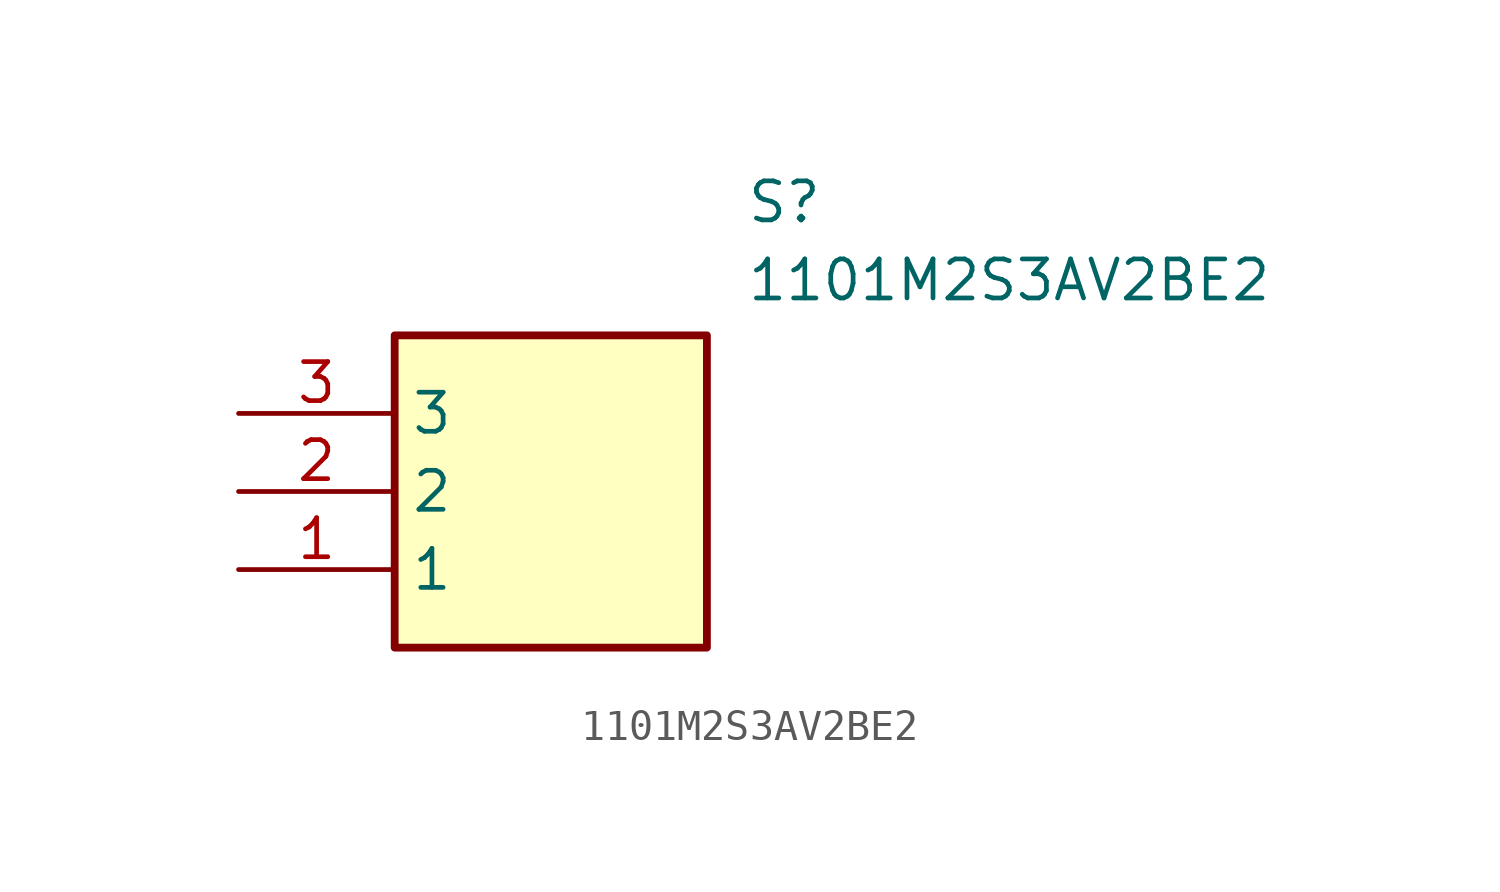
<source format=kicad_sym>
(kicad_symbol_lib
  (version 20211014)
  (generator SamacSys_ECAD_Model)
  (symbol "1101M2S3AV2BE2"
    (property "Reference" "S"
      (at 16.51 7.62 0)
      (effects (font (size 1.27 1.27)) (justify left top)))
    (property "Value" "1101M2S3AV2BE2"
      (at 16.51 5.08 0)
      (effects (font (size 1.27 1.27)) (justify left top)))
    (rectangle
      (start 5.08 2.54)
      (end 15.24 -7.62)
      (stroke (width 0.254) (type default))
      (fill (type background)))
    (pin passive line
      (at 0 -5.08 0)
      (length 5.08)
      (name "1" (effects (font (size 1.27 1.27))))
      (number "1" (effects (font (size 1.27 1.27)))))
    (pin passive line
      (at 0 -2.54 0)
      (length 5.08)
      (name "2" (effects (font (size 1.27 1.27))))
      (number "2" (effects (font (size 1.27 1.27)))))
    (pin passive line
      (at 0 0 0)
      (length 5.08)
      (name "3" (effects (font (size 1.27 1.27))))
      (number "3" (effects (font (size 1.27 1.27)))))))
</source>
